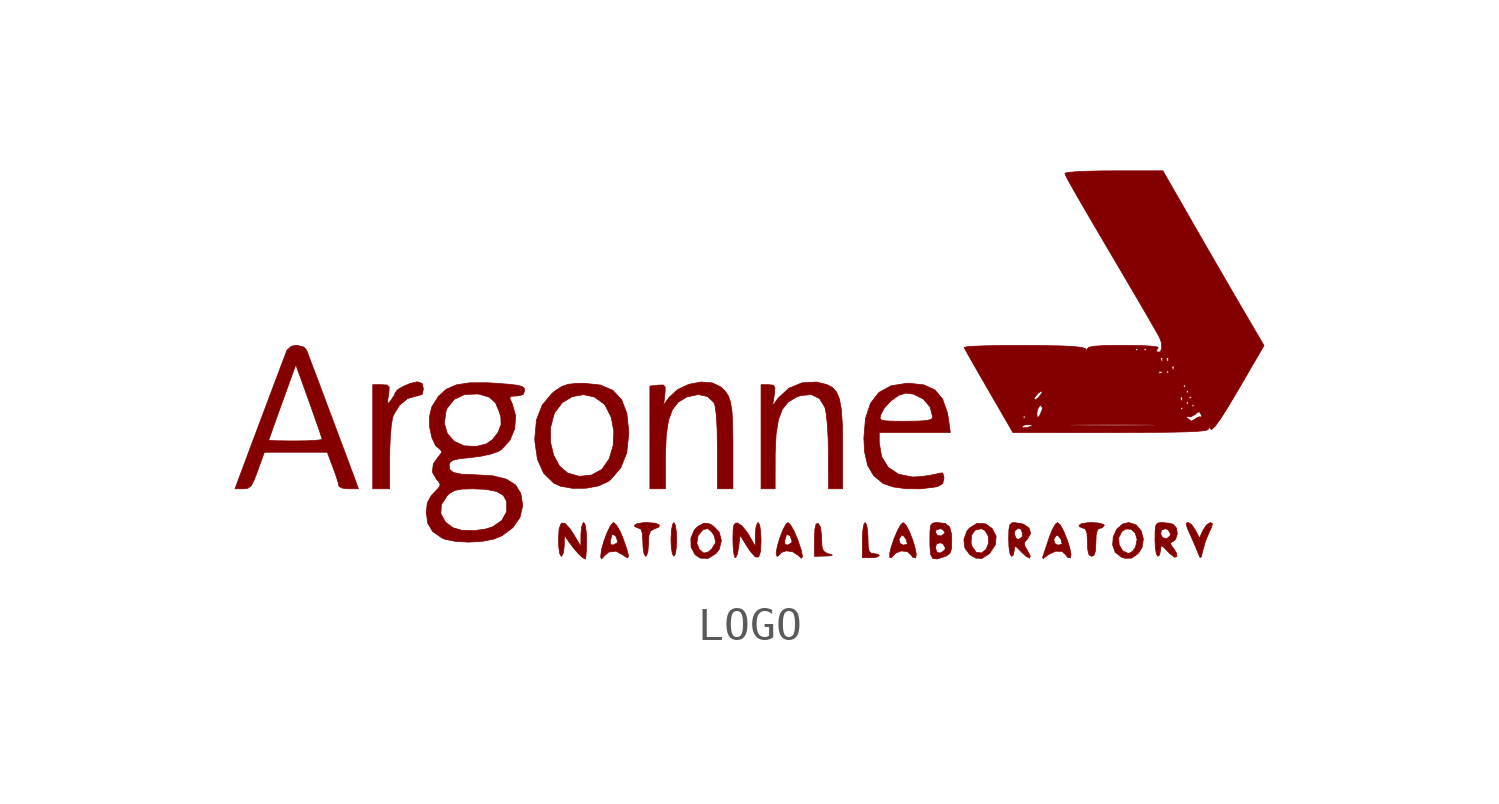
<source format=kicad_sym>
(kicad_symbol_lib
  (version 20210619)
  (generator bitmap2component)
  (symbol "LOGO"
    (pin_names
      (offset 1.016))
    (property "Reference" "#G"
      (at 0 5.207 0)
      (effects (font (size 1.27 1.27)) hide))
    (symbol "LOGO_0_0"
      (polyline (pts (xy -4.932 -5.77) (xy -4.917 -5.572) (xy -4.911 -5.292) (xy -4.921 -5.025) (xy -4.951 -4.819) (xy -4.995 -4.741) (xy -5.018 -4.754) (xy -5.063 -4.881) (xy -5.081 -5.101) (xy -5.082 -5.461) (xy -5.297 -5.101) (xy -5.412 -4.925) (xy -5.565 -4.761) (xy -5.673 -4.761) (xy -5.737 -4.923) (xy -5.757 -5.249) (xy -5.748 -5.479) (xy -5.718 -5.68) (xy -5.673 -5.757) (xy -5.657 -5.752) (xy -5.606 -5.644) (xy -5.584 -5.44) (xy -5.579 -5.122) (xy -5.435 -5.332) (xy -5.306 -5.505) (xy -5.144 -5.692) (xy -5.038 -5.789) (xy -4.953 -5.842) (xy -4.932 -5.77)) (stroke (width 0.01)) (fill (type outline)))
      (polyline (pts (xy -4.37 -5.736) (xy -4.245 -5.629) (xy -4.026 -5.602) (xy -3.796 -5.728) (xy -3.765 -5.755) (xy -3.673 -5.806) (xy -3.65 -5.74) (xy -3.698 -5.546) (xy -3.816 -5.21) (xy -3.904 -5.004) (xy -4.014 -4.814) (xy -4.1 -4.741) (xy -4.112 -4.744) (xy -4.195 -4.843) (xy -4.294 -5.044) (xy -4.384 -5.285) (xy -4.2 -5.285) (xy -4.175 -5.215) (xy -4.149 -5.11) (xy -4.143 -5.099) (xy -4.064 -5.122) (xy -4.031 -5.152) (xy -3.979 -5.297) (xy -3.997 -5.357) (xy -4.115 -5.419) (xy -4.192 -5.398) (xy -4.2 -5.285) (xy -4.384 -5.285) (xy -4.389 -5.297) (xy -4.459 -5.548) (xy -4.485 -5.746) (xy -4.483 -5.794) (xy -4.455 -5.834) (xy -4.37 -5.736)) (stroke (width 0.01)) (fill (type outline)))
      (polyline (pts (xy -1.011 -5.668) (xy -0.918 -5.543) (xy -0.855 -5.281) (xy -0.922 -5.025) (xy -1.112 -4.834) (xy -1.236 -4.772) (xy -1.381 -4.761) (xy -1.557 -4.854) (xy -1.667 -4.96) (xy -1.772 -5.207) (xy -1.769 -5.362) (xy -1.594 -5.362) (xy -1.557 -5.134) (xy -1.413 -4.962) (xy -1.396 -4.952) (xy -1.26 -4.922) (xy -1.138 -5.033) (xy -1.061 -5.154) (xy -1.029 -5.352) (xy -1.149 -5.54) (xy -1.246 -5.625) (xy -1.384 -5.661) (xy -1.52 -5.55) (xy -1.594 -5.362) (xy -1.769 -5.362) (xy -1.767 -5.48) (xy -1.645 -5.709) (xy -1.49 -5.812) (xy -1.251 -5.819) (xy -1.011 -5.668)) (stroke (width 0.01)) (fill (type outline)))
      (polyline (pts (xy -0.376 -5.696) (xy -0.336 -5.49) (xy -0.291 -5.122) (xy -0.1 -5.432) (xy 0.022 -5.616) (xy 0.17 -5.777) (xy 0.268 -5.777) (xy 0.322 -5.615) (xy 0.339 -5.289) (xy 0.329 -5.025) (xy 0.298 -4.819) (xy 0.254 -4.741) (xy 0.232 -4.754) (xy 0.186 -4.881) (xy 0.168 -5.101) (xy 0.167 -5.461) (xy -0.025 -5.123) (xy -0.084 -5.029) (xy -0.234 -4.843) (xy -0.362 -4.757) (xy -0.414 -4.754) (xy -0.474 -4.802) (xy -0.501 -4.948) (xy -0.508 -5.229) (xy -0.502 -5.452) (xy -0.479 -5.68) (xy -0.445 -5.793) (xy -0.423 -5.796) (xy -0.376 -5.696)) (stroke (width 0.01)) (fill (type outline)))
      (polyline (pts (xy 1.586 -5.766) (xy 1.549 -5.575) (xy 1.44 -5.252) (xy 1.336 -5.006) (xy 1.228 -4.815) (xy 1.148 -4.741) (xy 1.092 -4.786) (xy 1.002 -4.95) (xy 0.911 -5.182) (xy 0.879 -5.285) (xy 1.049 -5.285) (xy 1.074 -5.215) (xy 1.101 -5.11) (xy 1.106 -5.099) (xy 1.185 -5.122) (xy 1.218 -5.152) (xy 1.27 -5.297) (xy 1.252 -5.357) (xy 1.134 -5.419) (xy 1.057 -5.398) (xy 1.049 -5.285) (xy 0.879 -5.285) (xy 0.836 -5.429) (xy 0.795 -5.634) (xy 0.809 -5.744) (xy 0.839 -5.757) (xy 0.908 -5.694) (xy 0.944 -5.643) (xy 1.096 -5.592) (xy 1.286 -5.618) (xy 1.441 -5.717) (xy 1.444 -5.72) (xy 1.551 -5.816) (xy 1.586 -5.766)) (stroke (width 0.01)) (fill (type outline)))
      (polyline (pts (xy 3.821 -5.781) (xy 3.895 -5.736) (xy 3.863 -5.699) (xy 3.725 -5.673) (xy 3.666 -5.668) (xy 3.595 -5.616) (xy 3.563 -5.476) (xy 3.556 -5.207) (xy 3.548 -5.015) (xy 3.518 -4.818) (xy 3.471 -4.741) (xy 3.432 -4.801) (xy 3.399 -4.991) (xy 3.387 -5.271) (xy 3.387 -5.8) (xy 3.643 -5.8) (xy 3.821 -5.781)) (stroke (width 0.01)) (fill (type outline)))
      (polyline (pts (xy 4.991 -5.802) (xy 5.009 -5.694) (xy 4.97 -5.49) (xy 4.893 -5.24) (xy 4.795 -4.998) (xy 4.697 -4.814) (xy 4.614 -4.741) (xy 4.541 -4.808) (xy 4.442 -4.988) (xy 4.34 -5.23) (xy 4.336 -5.242) (xy 4.49 -5.242) (xy 4.563 -5.128) (xy 4.622 -5.136) (xy 4.703 -5.239) (xy 4.741 -5.383) (xy 4.727 -5.399) (xy 4.614 -5.419) (xy 4.517 -5.368) (xy 4.49 -5.242) (xy 4.336 -5.242) (xy 4.255 -5.48) (xy 4.207 -5.686) (xy 4.215 -5.796) (xy 4.254 -5.803) (xy 4.339 -5.717) (xy 4.39 -5.658) (xy 4.559 -5.595) (xy 4.742 -5.615) (xy 4.859 -5.72) (xy 4.897 -5.782) (xy 4.989 -5.804) (xy 4.991 -5.802)) (stroke (width 0.01)) (fill (type outline)))
      (polyline (pts (xy 5.871 -5.762) (xy 5.912 -5.746) (xy 6.021 -5.668) (xy 6.068 -5.529) (xy 6.076 -5.275) (xy 6.067 -5.082) (xy 6.012 -4.871) (xy 5.883 -4.769) (xy 5.652 -4.743) (xy 5.598 -4.743) (xy 5.495 -4.76) (xy 5.442 -4.832) (xy 5.422 -4.996) (xy 5.421 -5.038) (xy 5.588 -5.038) (xy 5.61 -4.96) (xy 5.736 -4.927) (xy 5.813 -4.955) (xy 5.868 -5.039) (xy 5.859 -5.065) (xy 5.766 -5.142) (xy 5.647 -5.133) (xy 5.588 -5.038) (xy 5.421 -5.038) (xy 5.419 -5.292) (xy 5.42 -5.448) (xy 5.425 -5.503) (xy 5.588 -5.503) (xy 5.616 -5.38) (xy 5.736 -5.35) (xy 5.814 -5.384) (xy 5.884 -5.503) (xy 5.862 -5.573) (xy 5.736 -5.657) (xy 5.631 -5.642) (xy 5.588 -5.503) (xy 5.425 -5.503) (xy 5.442 -5.703) (xy 5.508 -5.824) (xy 5.644 -5.835) (xy 5.871 -5.762)) (stroke (width 0.01)) (fill (type outline)))
      (polyline (pts (xy 7.184 -5.694) (xy 7.227 -5.654) (xy 7.39 -5.407) (xy 7.412 -5.147) (xy 7.289 -4.918) (xy 7.093 -4.781) (xy 6.845 -4.762) (xy 6.604 -4.911) (xy 6.531 -5) (xy 6.441 -5.255) (xy 6.453 -5.356) (xy 6.658 -5.356) (xy 6.669 -5.126) (xy 6.78 -4.968) (xy 6.97 -4.927) (xy 7.077 -4.979) (xy 7.173 -5.145) (xy 7.188 -5.358) (xy 7.108 -5.551) (xy 6.969 -5.657) (xy 6.81 -5.635) (xy 6.686 -5.455) (xy 6.658 -5.356) (xy 6.453 -5.356) (xy 6.472 -5.512) (xy 6.623 -5.71) (xy 6.801 -5.812) (xy 6.984 -5.821) (xy 7.184 -5.694)) (stroke (width 0.01)) (fill (type outline)))
      (polyline (pts (xy 8.438 -5.747) (xy 8.345 -5.565) (xy 8.278 -5.456) (xy 8.257 -5.345) (xy 8.338 -5.251) (xy 8.361 -5.23) (xy 8.451 -5.063) (xy 8.399 -4.905) (xy 8.229 -4.787) (xy 7.964 -4.741) (xy 7.883 -4.751) (xy 7.822 -4.813) (xy 7.795 -4.966) (xy 7.793 -5.08) (xy 7.959 -5.08) (xy 7.982 -4.981) (xy 8.086 -4.911) (xy 8.16 -4.942) (xy 8.213 -5.08) (xy 8.189 -5.179) (xy 8.086 -5.249) (xy 8.012 -5.218) (xy 7.959 -5.08) (xy 7.793 -5.08) (xy 7.789 -5.249) (xy 7.798 -5.479) (xy 7.829 -5.68) (xy 7.874 -5.757) (xy 7.925 -5.72) (xy 7.959 -5.576) (xy 7.959 -5.543) (xy 7.973 -5.457) (xy 8.034 -5.483) (xy 8.175 -5.627) (xy 8.31 -5.755) (xy 8.421 -5.812) (xy 8.438 -5.747)) (stroke (width 0.01)) (fill (type outline)))
      (polyline (pts (xy 8.946 -5.736) (xy 8.987 -5.703) (xy 9.201 -5.604) (xy 9.396 -5.609) (xy 9.515 -5.72) (xy 9.554 -5.782) (xy 9.647 -5.803) (xy 9.651 -5.8) (xy 9.665 -5.691) (xy 9.622 -5.487) (xy 9.542 -5.238) (xy 9.442 -4.996) (xy 9.342 -4.814) (xy 9.261 -4.741) (xy 9.206 -4.78) (xy 9.109 -4.941) (xy 9.011 -5.186) (xy 8.993 -5.242) (xy 9.147 -5.242) (xy 9.22 -5.128) (xy 9.278 -5.136) (xy 9.36 -5.239) (xy 9.398 -5.383) (xy 9.384 -5.399) (xy 9.271 -5.419) (xy 9.174 -5.368) (xy 9.147 -5.242) (xy 8.993 -5.242) (xy 8.953 -5.364) (xy 8.871 -5.608) (xy 8.821 -5.757) (xy 8.81 -5.793) (xy 8.83 -5.824) (xy 8.946 -5.736)) (stroke (width 0.01)) (fill (type outline)))
      (polyline (pts (xy 11.49 -5.812) (xy 11.684 -5.673) (xy 11.803 -5.49) (xy 11.842 -5.236) (xy 11.778 -4.994) (xy 11.627 -4.813) (xy 11.402 -4.741) (xy 11.217 -4.785) (xy 11.04 -4.943) (xy 10.937 -5.169) (xy 10.934 -5.2) (xy 11.099 -5.2) (xy 11.193 -5.012) (xy 11.309 -4.936) (xy 11.472 -4.942) (xy 11.598 -5.058) (xy 11.654 -5.246) (xy 11.61 -5.472) (xy 11.522 -5.604) (xy 11.406 -5.673) (xy 11.391 -5.672) (xy 11.218 -5.591) (xy 11.114 -5.413) (xy 11.099 -5.2) (xy 10.934 -5.2) (xy 10.918 -5.416) (xy 10.994 -5.636) (xy 11.176 -5.78) (xy 11.282 -5.815) (xy 11.49 -5.812)) (stroke (width 0.01)) (fill (type outline)))
      (polyline (pts (xy 12.852 -5.766) (xy 12.842 -5.666) (xy 12.747 -5.509) (xy 12.692 -5.445) (xy 12.655 -5.358) (xy 12.739 -5.305) (xy 12.807 -5.252) (xy 12.864 -5.089) (xy 12.84 -4.908) (xy 12.735 -4.793) (xy 12.616 -4.762) (xy 12.397 -4.741) (xy 12.395 -4.741) (xy 12.282 -4.753) (xy 12.221 -4.816) (xy 12.197 -4.968) (xy 12.195 -5.084) (xy 12.361 -5.084) (xy 12.391 -4.963) (xy 12.509 -4.927) (xy 12.587 -4.96) (xy 12.658 -5.074) (xy 12.642 -5.146) (xy 12.542 -5.229) (xy 12.419 -5.195) (xy 12.361 -5.084) (xy 12.195 -5.084) (xy 12.192 -5.249) (xy 12.201 -5.479) (xy 12.232 -5.68) (xy 12.277 -5.757) (xy 12.329 -5.716) (xy 12.361 -5.568) (xy 12.362 -5.517) (xy 12.379 -5.44) (xy 12.444 -5.473) (xy 12.589 -5.624) (xy 12.633 -5.67) (xy 12.78 -5.784) (xy 12.852 -5.766)) (stroke (width 0.01)) (fill (type outline)))
      (polyline (pts (xy 13.587 -5.768) (xy 13.629 -5.588) (xy 13.711 -5.3) (xy 13.83 -5.016) (xy 13.894 -4.886) (xy 13.92 -4.772) (xy 13.859 -4.741) (xy 13.747 -4.809) (xy 13.637 -4.974) (xy 13.531 -5.207) (xy 13.409 -4.974) (xy 13.408 -4.971) (xy 13.298 -4.809) (xy 13.205 -4.741) (xy 13.147 -4.75) (xy 13.133 -4.802) (xy 13.177 -4.935) (xy 13.287 -5.184) (xy 13.331 -5.283) (xy 13.44 -5.535) (xy 13.511 -5.715) (xy 13.55 -5.796) (xy 13.587 -5.768)) (stroke (width 0.01)) (fill (type outline)))
      (polyline (pts (xy -3.106 -5.738) (xy -3.064 -5.598) (xy -3.048 -5.368) (xy -3.037 -5.133) (xy -2.986 -4.995) (xy -2.879 -4.935) (xy -2.735 -4.876) (xy -2.721 -4.811) (xy -2.845 -4.761) (xy -3.09 -4.741) (xy -3.204 -4.745) (xy -3.396 -4.776) (xy -3.471 -4.826) (xy -3.457 -4.865) (xy -3.344 -4.911) (xy -3.278 -4.938) (xy -3.231 -5.068) (xy -3.217 -5.334) (xy -3.212 -5.486) (xy -3.181 -5.681) (xy -3.133 -5.757) (xy -3.106 -5.738)) (stroke (width 0.01)) (fill (type outline)))
      (polyline (pts (xy -2.248 -5.703) (xy -2.214 -5.52) (xy -2.201 -5.249) (xy -2.21 -5.02) (xy -2.241 -4.818) (xy -2.286 -4.741) (xy -2.324 -4.795) (xy -2.358 -4.979) (xy -2.371 -5.249) (xy -2.362 -5.479) (xy -2.331 -5.68) (xy -2.286 -5.757) (xy -2.248 -5.703)) (stroke (width 0.01)) (fill (type outline)))
      (polyline (pts (xy 2.265 -5.749) (xy 2.452 -5.739) (xy 2.484 -5.72) (xy 2.372 -5.682) (xy 2.321 -5.666) (xy 2.218 -5.599) (xy 2.172 -5.464) (xy 2.161 -5.211) (xy 2.158 -5.109) (xy 2.123 -4.869) (xy 2.053 -4.763) (xy 1.993 -4.789) (xy 1.958 -4.942) (xy 1.947 -5.242) (xy 1.947 -5.757) (xy 2.265 -5.749)) (stroke (width 0.01)) (fill (type outline)))
      (polyline (pts (xy 10.353 -5.73) (xy 10.4 -5.6) (xy 10.414 -5.334) (xy 10.422 -5.113) (xy 10.461 -4.956) (xy 10.541 -4.911) (xy 10.599 -4.901) (xy 10.668 -4.826) (xy 10.65 -4.801) (xy 10.514 -4.758) (xy 10.287 -4.741) (xy 10.173 -4.745) (xy 9.982 -4.776) (xy 9.906 -4.826) (xy 9.92 -4.865) (xy 10.033 -4.911) (xy 10.099 -4.938) (xy 10.146 -5.068) (xy 10.16 -5.334) (xy 10.168 -5.555) (xy 10.207 -5.712) (xy 10.287 -5.757) (xy 10.353 -5.73)) (stroke (width 0.01)) (fill (type outline)))
      (polyline (pts (xy -8.056 -5.307) (xy -7.699 -5.237) (xy -7.453 -5.136) (xy -7.131 -4.894) (xy -6.914 -4.583) (xy -6.835 -4.241) (xy -6.835 -4.221) (xy -6.889 -3.869) (xy -7.048 -3.609) (xy -7.328 -3.434) (xy -7.74 -3.334) (xy -8.297 -3.301) (xy -8.678 -3.285) (xy -8.919 -3.235) (xy -9.034 -3.141) (xy -9.046 -2.995) (xy -9.021 -2.931) (xy -8.931 -2.865) (xy -8.744 -2.822) (xy -8.424 -2.788) (xy -8.108 -2.748) (xy -7.79 -2.68) (xy -7.568 -2.601) (xy -7.468 -2.539) (xy -7.218 -2.267) (xy -7.072 -1.913) (xy -7.044 -1.529) (xy -7.15 -1.164) (xy -7.151 -1.162) (xy -7.224 -1.002) (xy -7.19 -0.941) (xy -7.022 -0.931) (xy -6.979 -0.93) (xy -6.818 -0.89) (xy -6.773 -0.77) (xy -6.788 -0.699) (xy -6.854 -0.646) (xy -7.001 -0.609) (xy -7.257 -0.579) (xy -7.654 -0.549) (xy -7.909 -0.534) (xy -8.432 -0.536) (xy -8.83 -0.598) (xy -9.132 -0.729) (xy -9.365 -0.941) (xy -9.557 -1.243) (xy -9.573 -1.277) (xy -9.638 -1.554) (xy -9.635 -1.754) (xy -9.191 -1.754) (xy -9.141 -1.387) (xy -9.105 -1.298) (xy -8.894 -1.036) (xy -8.581 -0.888) (xy -8.196 -0.872) (xy -8.127 -0.882) (xy -7.835 -0.97) (xy -7.651 -1.141) (xy -7.527 -1.436) (xy -7.49 -1.575) (xy -7.484 -1.794) (xy -7.572 -2.022) (xy -7.581 -2.038) (xy -7.741 -2.244) (xy -7.926 -2.374) (xy -8.232 -2.451) (xy -8.596 -2.433) (xy -8.894 -2.297) (xy -9.1 -2.064) (xy -9.191 -1.754) (xy -9.635 -1.754) (xy -9.633 -1.873) (xy -9.568 -2.181) (xy -9.453 -2.427) (xy -9.299 -2.559) (xy -9.269 -2.629) (xy -9.382 -2.778) (xy -9.522 -2.974) (xy -9.551 -3.222) (xy -9.415 -3.454) (xy -9.378 -3.492) (xy -9.316 -3.588) (xy -9.352 -3.685) (xy -9.499 -3.841) (xy -9.58 -3.926) (xy -9.703 -4.144) (xy -9.734 -4.429) (xy -9.728 -4.478) (xy -9.296 -4.478) (xy -9.281 -4.203) (xy -9.106 -3.933) (xy -9.023 -3.858) (xy -8.873 -3.774) (xy -8.668 -3.735) (xy -8.349 -3.725) (xy -7.931 -3.743) (xy -7.611 -3.807) (xy -7.413 -3.927) (xy -7.315 -4.109) (xy -7.315 -4.414) (xy -7.464 -4.681) (xy -7.745 -4.873) (xy -7.968 -4.941) (xy -8.326 -4.987) (xy -8.671 -4.973) (xy -8.932 -4.897) (xy -9.154 -4.73) (xy -9.296 -4.478) (xy -9.728 -4.478) (xy -9.694 -4.753) (xy -9.547 -5.006) (xy -9.263 -5.205) (xy -9.175 -5.242) (xy -8.858 -5.308) (xy -8.464 -5.33) (xy -8.056 -5.307)) (stroke (width 0.01)) (fill (type outline)))
      (polyline (pts (xy -15.225 -3.725) (xy -15.097 -3.707) (xy -15.003 -3.632) (xy -14.915 -3.467) (xy -14.804 -3.175) (xy -14.607 -2.625) (xy -12.712 -2.625) (xy -12.537 -3.094) (xy -12.461 -3.303) (xy -12.389 -3.526) (xy -12.361 -3.644) (xy -12.359 -3.654) (xy -12.263 -3.705) (xy -12.069 -3.725) (xy -11.776 -3.725) (xy -11.892 -3.408) (xy -11.938 -3.282) (xy -12.041 -3.006) (xy -12.18 -2.632) (xy -12.346 -2.19) (xy -12.526 -1.707) (xy -12.712 -1.213) (xy -12.891 -0.735) (xy -13.054 -0.301) (xy -13.19 0.059) (xy -13.287 0.317) (xy -13.336 0.445) (xy -13.419 0.54) (xy -13.631 0.593) (xy -13.794 0.564) (xy -13.926 0.445) (xy -13.936 0.419) (xy -14.004 0.24) (xy -14.118 -0.06) (xy -14.265 -0.451) (xy -14.435 -0.903) (xy -14.617 -1.388) (xy -14.801 -1.877) (xy -14.946 -2.265) (xy -14.476 -2.265) (xy -14.472 -2.252) (xy -14.425 -2.119) (xy -14.336 -1.866) (xy -14.213 -1.523) (xy -14.067 -1.118) (xy -13.66 0.008) (xy -13.264 -1.088) (xy -13.221 -1.209) (xy -13.083 -1.598) (xy -12.971 -1.919) (xy -12.897 -2.141) (xy -12.869 -2.235) (xy -12.897 -2.248) (xy -13.057 -2.268) (xy -13.328 -2.281) (xy -13.674 -2.286) (xy -13.882 -2.285) (xy -14.188 -2.281) (xy -14.398 -2.274) (xy -14.476 -2.265) (xy -14.946 -2.265) (xy -14.974 -2.339) (xy -15.126 -2.747) (xy -15.246 -3.069) (xy -15.49 -3.725) (xy -15.245 -3.725) (xy -15.225 -3.725)) (stroke (width 0.01)) (fill (type outline)))
      (polyline (pts (xy -10.837 -2.815) (xy -10.833 -2.542) (xy -10.815 -2.143) (xy -10.786 -1.809) (xy -10.749 -1.591) (xy -10.718 -1.499) (xy -10.541 -1.212) (xy -10.294 -1.008) (xy -10.022 -0.931) (xy -9.994 -0.931) (xy -9.857 -0.882) (xy -9.821 -0.72) (xy -9.859 -0.555) (xy -9.995 -0.508) (xy -10.02 -0.509) (xy -10.211 -0.553) (xy -10.424 -0.642) (xy -10.597 -0.745) (xy -10.668 -0.833) (xy -10.697 -0.912) (xy -10.797 -1.063) (xy -10.819 -1.091) (xy -10.887 -1.16) (xy -10.901 -1.107) (xy -10.872 -0.91) (xy -10.859 -0.831) (xy -10.849 -0.666) (xy -10.912 -0.603) (xy -11.082 -0.593) (xy -11.345 -0.593) (xy -11.345 -3.725) (xy -10.837 -3.725) (xy -10.837 -2.815)) (stroke (width 0.01)) (fill (type outline)))
      (polyline (pts (xy -4.929 -3.708) (xy -4.548 -3.638) (xy -4.257 -3.503) (xy -4.187 -3.448) (xy -3.882 -3.094) (xy -3.702 -2.64) (xy -3.642 -2.074) (xy -3.643 -1.994) (xy -3.7 -1.453) (xy -3.857 -1.046) (xy -4.118 -0.765) (xy -4.493 -0.603) (xy -4.987 -0.55) (xy -5.207 -0.554) (xy -5.469 -0.581) (xy -5.665 -0.651) (xy -5.858 -0.778) (xy -5.953 -0.856) (xy -6.248 -1.21) (xy -6.418 -1.651) (xy -6.469 -2.201) (xy -6.467 -2.296) (xy -6.464 -2.318) (xy -5.997 -2.318) (xy -5.997 -1.894) (xy -5.891 -1.486) (xy -5.865 -1.427) (xy -5.641 -1.133) (xy -5.342 -0.952) (xy -5.008 -0.892) (xy -4.678 -0.962) (xy -4.392 -1.169) (xy -4.344 -1.228) (xy -4.168 -1.579) (xy -4.091 -1.997) (xy -4.112 -2.429) (xy -4.23 -2.824) (xy -4.442 -3.13) (xy -4.457 -3.144) (xy -4.764 -3.312) (xy -5.124 -3.351) (xy -5.476 -3.254) (xy -5.723 -3.044) (xy -5.902 -2.716) (xy -5.997 -2.318) (xy -6.464 -2.318) (xy -6.39 -2.839) (xy -6.201 -3.259) (xy -5.897 -3.556) (xy -5.699 -3.646) (xy -5.335 -3.711) (xy -4.929 -3.708)) (stroke (width 0.01)) (fill (type outline)))
      (polyline (pts (xy -0.508 -2.45) (xy -0.508 -2.279) (xy -0.515 -1.771) (xy -0.536 -1.396) (xy -0.578 -1.125) (xy -0.644 -0.931) (xy -0.742 -0.785) (xy -0.878 -0.658) (xy -1.127 -0.539) (xy -1.47 -0.512) (xy -1.836 -0.582) (xy -2.171 -0.739) (xy -2.425 -0.972) (xy -2.593 -1.202) (xy -2.556 -0.891) (xy -2.55 -0.834) (xy -2.545 -0.661) (xy -2.605 -0.601) (xy -2.763 -0.607) (xy -3.006 -0.635) (xy -3.006 -3.725) (xy -2.773 -3.725) (xy -2.54 -3.725) (xy -2.538 -2.773) (xy -2.538 -2.685) (xy -2.513 -2.103) (xy -2.445 -1.661) (xy -2.326 -1.34) (xy -2.15 -1.116) (xy -1.907 -0.969) (xy -1.889 -0.962) (xy -1.553 -0.889) (xy -1.272 -0.948) (xy -1.078 -1.131) (xy -1.048 -1.22) (xy -1.008 -1.498) (xy -0.983 -1.934) (xy -0.975 -2.518) (xy -0.974 -3.725) (xy -0.741 -3.725) (xy -0.508 -3.725) (xy -0.508 -2.45)) (stroke (width 0.01)) (fill (type outline)))
      (polyline (pts (xy 0.764 -2.773) (xy 0.764 -2.658) (xy 0.791 -2.084) (xy 0.86 -1.65) (xy 0.979 -1.333) (xy 1.158 -1.113) (xy 1.402 -0.966) (xy 1.533 -0.919) (xy 1.853 -0.891) (xy 2.098 -1.011) (xy 2.26 -1.276) (xy 2.299 -1.464) (xy 2.332 -1.786) (xy 2.356 -2.194) (xy 2.366 -2.646) (xy 2.371 -3.725) (xy 2.794 -3.725) (xy 2.794 -2.451) (xy 2.794 -2.315) (xy 2.783 -1.752) (xy 2.753 -1.33) (xy 2.697 -1.025) (xy 2.61 -0.816) (xy 2.486 -0.678) (xy 2.319 -0.589) (xy 2.005 -0.513) (xy 1.57 -0.537) (xy 1.174 -0.701) (xy 0.859 -0.992) (xy 0.685 -1.228) (xy 0.735 -0.91) (xy 0.742 -0.861) (xy 0.756 -0.679) (xy 0.704 -0.606) (xy 0.561 -0.593) (xy 0.339 -0.593) (xy 0.339 -3.725) (xy 0.762 -3.725) (xy 0.764 -2.773)) (stroke (width 0.01)) (fill (type outline)))
      (polyline (pts (xy 5.577 -3.672) (xy 5.664 -3.652) (xy 5.805 -3.568) (xy 5.842 -3.409) (xy 5.841 -3.366) (xy 5.805 -3.248) (xy 5.694 -3.257) (xy 5.623 -3.279) (xy 5.396 -3.324) (xy 5.117 -3.361) (xy 4.89 -3.37) (xy 4.478 -3.288) (xy 4.164 -3.078) (xy 3.965 -2.756) (xy 3.895 -2.333) (xy 3.895 -2.032) (xy 6.034 -2.032) (xy 5.984 -1.662) (xy 5.943 -1.43) (xy 5.8 -1.023) (xy 5.57 -0.75) (xy 5.236 -0.598) (xy 4.784 -0.55) (xy 4.721 -0.551) (xy 4.249 -0.626) (xy 3.887 -0.825) (xy 3.632 -1.152) (xy 3.488 -1.591) (xy 3.919 -1.591) (xy 3.938 -1.503) (xy 4.043 -1.301) (xy 4.245 -1.081) (xy 4.482 -0.913) (xy 4.696 -0.847) (xy 4.918 -0.875) (xy 5.219 -1.022) (xy 5.426 -1.265) (xy 5.503 -1.57) (xy 5.502 -1.583) (xy 5.458 -1.637) (xy 5.326 -1.671) (xy 5.08 -1.688) (xy 4.693 -1.693) (xy 4.568 -1.693) (xy 4.238 -1.69) (xy 4.04 -1.677) (xy 3.943 -1.646) (xy 3.919 -1.591) (xy 3.488 -1.591) (xy 3.481 -1.609) (xy 3.432 -2.201) (xy 3.453 -2.611) (xy 3.546 -3.022) (xy 3.726 -3.329) (xy 4.005 -3.559) (xy 4.026 -3.571) (xy 4.316 -3.67) (xy 4.709 -3.723) (xy 5.148 -3.725) (xy 5.577 -3.672)) (stroke (width 0.01)) (fill (type outline)))
      (polyline (pts (xy 11.408 -2.031) (xy 12.124 -2.028) (xy 12.693 -2.022) (xy 13.128 -2.012) (xy 13.443 -1.998) (xy 13.651 -1.979) (xy 13.766 -1.956) (xy 13.802 -1.926) (xy 13.815 -1.867) (xy 13.873 -1.931) (xy 13.9 -1.939) (xy 13.998 -1.849) (xy 14.164 -1.62) (xy 14.399 -1.248) (xy 14.708 -0.728) (xy 15.472 0.585) (xy 14.862 1.626) (xy 14.625 2.032) (xy 14.328 2.544) (xy 13.997 3.115) (xy 13.66 3.7) (xy 13.341 4.255) (xy 12.43 5.842) (xy 10.956 5.842) (xy 10.547 5.839) (xy 10.122 5.829) (xy 9.785 5.813) (xy 9.563 5.792) (xy 9.483 5.767) (xy 9.484 5.755) (xy 9.5 5.711) (xy 9.54 5.631) (xy 9.609 5.502) (xy 9.715 5.312) (xy 9.865 5.05) (xy 10.066 4.703) (xy 10.326 4.259) (xy 10.65 3.706) (xy 11.047 3.031) (xy 11.522 2.223) (xy 11.656 1.995) (xy 11.89 1.594) (xy 12.091 1.246) (xy 12.243 0.981) (xy 12.326 0.831) (xy 12.38 0.686) (xy 12.396 0.508) (xy 12.353 0.393) (xy 12.259 0.392) (xy 12.227 0.43) (xy 12.289 0.517) (xy 12.294 0.522) (xy 12.24 0.549) (xy 12.04 0.571) (xy 11.714 0.586) (xy 11.282 0.591) (xy 11.054 0.591) (xy 10.634 0.583) (xy 10.357 0.564) (xy 10.203 0.533) (xy 10.153 0.487) (xy 10.149 0.466) (xy 11.599 0.466) (xy 11.642 0.508) (xy 11.684 0.466) (xy 11.853 0.466) (xy 11.896 0.508) (xy 11.938 0.466) (xy 11.896 0.423) (xy 11.853 0.466) (xy 11.684 0.466) (xy 11.642 0.423) (xy 11.599 0.466) (xy 10.149 0.466) (xy 10.143 0.43) (xy 10.106 0.482) (xy 10.093 0.496) (xy 9.984 0.529) (xy 9.757 0.555) (xy 9.4 0.573) (xy 8.899 0.584) (xy 8.242 0.589) (xy 8.022 0.59) (xy 7.512 0.586) (xy 7.076 0.577) (xy 6.737 0.564) (xy 6.52 0.547) (xy 6.448 0.526) (xy 6.479 0.468) (xy 6.584 0.281) (xy 6.647 0.169) (xy 12.361 0.169) (xy 12.367 0.214) (xy 12.418 0.226) (xy 12.428 0.213) (xy 12.423 0.169) (xy 12.531 0.169) (xy 12.537 0.214) (xy 12.587 0.226) (xy 12.597 0.213) (xy 12.587 0.113) (xy 12.562 0.1) (xy 12.531 0.169) (xy 12.423 0.169) (xy 12.418 0.113) (xy 12.392 0.1) (xy 12.361 0.169) (xy 6.647 0.169) (xy 6.748 -0.008) (xy 6.792 -0.085) (xy 12.7 -0.085) (xy 12.706 -0.04) (xy 12.756 -0.028) (xy 12.767 -0.041) (xy 12.756 -0.141) (xy 12.731 -0.154) (xy 12.7 -0.085) (xy 6.792 -0.085) (xy 6.857 -0.198) (xy 12.305 -0.198) (xy 12.317 -0.187) (xy 12.418 -0.198) (xy 12.425 -0.212) (xy 12.531 -0.212) (xy 12.573 -0.169) (xy 12.615 -0.212) (xy 12.573 -0.254) (xy 12.531 -0.212) (xy 12.425 -0.212) (xy 12.431 -0.223) (xy 12.361 -0.254) (xy 12.316 -0.248) (xy 12.305 -0.198) (xy 6.857 -0.198) (xy 6.957 -0.373) (xy 7.109 -0.635) (xy 13.039 -0.635) (xy 13.081 -0.593) (xy 13.123 -0.635) (xy 13.081 -0.677) (xy 13.039 -0.635) (xy 7.109 -0.635) (xy 7.197 -0.787) (xy 7.338 -1.032) (xy 8.551 -1.032) (xy 8.572 -0.972) (xy 8.678 -0.847) (xy 8.753 -0.796) (xy 8.805 -0.8) (xy 8.803 -0.804) (xy 13.123 -0.804) (xy 13.166 -0.762) (xy 13.208 -0.804) (xy 13.166 -0.847) (xy 13.123 -0.804) (xy 8.803 -0.804) (xy 8.781 -0.858) (xy 8.678 -0.986) (xy 8.639 -1.016) (xy 12.954 -1.016) (xy 12.96 -0.971) (xy 13.01 -0.96) (xy 13.021 -0.972) (xy 13.02 -0.974) (xy 13.208 -0.974) (xy 13.25 -0.931) (xy 13.293 -0.974) (xy 13.25 -1.016) (xy 13.208 -0.974) (xy 13.02 -0.974) (xy 13.01 -1.072) (xy 12.985 -1.086) (xy 12.954 -1.016) (xy 8.639 -1.016) (xy 8.599 -1.047) (xy 8.551 -1.032) (xy 7.338 -1.032) (xy 7.402 -1.143) (xy 13.123 -1.143) (xy 13.166 -1.101) (xy 13.208 -1.143) (xy 13.166 -1.185) (xy 13.123 -1.143) (xy 7.402 -1.143) (xy 7.589 -1.465) (xy 8.637 -1.465) (xy 8.653 -1.346) (xy 8.721 -1.228) (xy 8.758 -1.216) (xy 8.766 -1.228) (xy 13.293 -1.228) (xy 13.335 -1.185) (xy 13.377 -1.228) (xy 13.335 -1.27) (xy 13.293 -1.228) (xy 8.766 -1.228) (xy 8.804 -1.286) (xy 8.8 -1.312) (xy 12.954 -1.312) (xy 12.996 -1.27) (xy 13.039 -1.312) (xy 12.996 -1.355) (xy 12.954 -1.312) (xy 8.8 -1.312) (xy 8.794 -1.353) (xy 8.721 -1.524) (xy 8.702 -1.551) (xy 13.137 -1.551) (xy 13.188 -1.554) (xy 13.266 -1.563) (xy 13.405 -1.485) (xy 13.439 -1.451) (xy 13.525 -1.403) (xy 13.58 -1.488) (xy 13.594 -1.551) (xy 13.552 -1.569) (xy 13.521 -1.558) (xy 13.421 -1.607) (xy 13.407 -1.627) (xy 13.282 -1.689) (xy 13.158 -1.595) (xy 13.137 -1.551) (xy 8.702 -1.551) (xy 8.701 -1.552) (xy 8.651 -1.586) (xy 8.637 -1.465) (xy 7.589 -1.465) (xy 7.647 -1.566) (xy 8.213 -1.566) (xy 8.255 -1.524) (xy 8.297 -1.566) (xy 8.255 -1.609) (xy 8.213 -1.566) (xy 7.647 -1.566) (xy 7.836 -1.892) (xy 8.197 -1.892) (xy 8.197 -1.844) (xy 8.264 -1.806) (xy 8.437 -1.795) (xy 8.48 -1.806) (xy 8.483 -1.813) (xy 9.646 -1.813) (xy 9.685 -1.806) (xy 9.885 -1.799) (xy 10.191 -1.793) (xy 10.793 -1.788) (xy 11.413 -1.79) (xy 11.959 -1.799) (xy 11.976 -1.8) (xy 12.165 -1.807) (xy 12.195 -1.813) (xy 12.076 -1.818) (xy 11.818 -1.822) (xy 11.43 -1.825) (xy 10.922 -1.826) (xy 10.887 -1.826) (xy 10.386 -1.825) (xy 10.006 -1.822) (xy 9.756 -1.818) (xy 9.646 -1.813) (xy 8.483 -1.813) (xy 8.497 -1.838) (xy 8.354 -1.877) (xy 8.348 -1.879) (xy 8.197 -1.892) (xy 7.836 -1.892) (xy 7.916 -2.031) (xy 10.858 -2.032) (xy 11.408 -2.031)) (stroke (width 0.01)) (fill (type outline))))))
</source>
